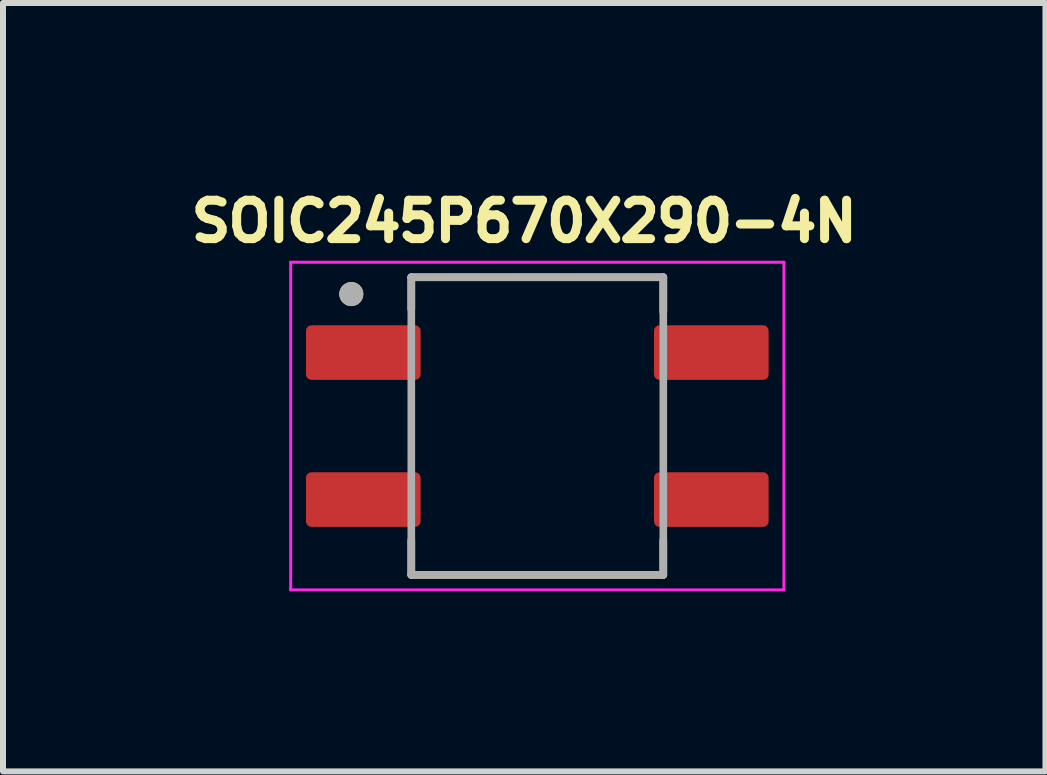
<source format=kicad_pcb>
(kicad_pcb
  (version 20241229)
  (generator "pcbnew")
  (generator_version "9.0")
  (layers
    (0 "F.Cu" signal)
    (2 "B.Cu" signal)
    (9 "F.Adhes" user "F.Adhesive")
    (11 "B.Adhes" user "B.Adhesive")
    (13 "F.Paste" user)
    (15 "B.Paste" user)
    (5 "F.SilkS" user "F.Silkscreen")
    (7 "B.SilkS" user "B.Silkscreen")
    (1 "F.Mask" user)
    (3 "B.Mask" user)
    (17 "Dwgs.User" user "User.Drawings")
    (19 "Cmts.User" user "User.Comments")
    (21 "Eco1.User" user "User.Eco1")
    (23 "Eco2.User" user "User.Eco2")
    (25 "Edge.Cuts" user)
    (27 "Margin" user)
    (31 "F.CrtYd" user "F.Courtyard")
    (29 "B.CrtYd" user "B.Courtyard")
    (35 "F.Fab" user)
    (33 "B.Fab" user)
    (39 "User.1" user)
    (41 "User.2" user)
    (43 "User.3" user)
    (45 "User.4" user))
  (footprint "SOIC245P670X290-4N"
    (layer "F.Cu")
    (at 5.905 4.051)
    (property "Reference" "SOIC245P670X290-4N" (at -0.218 -3.412 0) (layer "F.SilkS") (effects (font (size 0.641 0.641) (thickness 0.15))))
    (attr smd)
    (fp_line (start -2.1 -2.48) (end 2.1 -2.48) (stroke (width 0.127) (type solid)) (layer "F.SilkS"))
    (fp_line (start -2.1 -1.95) (end -2.1 -2.48) (stroke (width 0.127) (type solid)) (layer "F.SilkS"))
    (fp_line (start -2.1 1.9) (end -2.1 2.48) (stroke (width 0.127) (type solid)) (layer "F.SilkS"))
    (fp_line (start -2.1 2.48) (end 2.1 2.48) (stroke (width 0.127) (type solid)) (layer "F.SilkS"))
    (fp_line (start 2.1 -2.48) (end 2.1 -1.9) (stroke (width 0.127) (type solid)) (layer "F.SilkS"))
    (fp_line (start 2.1 2.48) (end 2.1 1.9) (stroke (width 0.127) (type solid)) (layer "F.SilkS"))
    (fp_circle (center -3.1 -2.2) (end -3 -2.2) (stroke (width 0.2) (type solid)) (fill no) (layer "F.SilkS"))
    (fp_line (start -4.11 -2.73) (end -4.11 2.73) (stroke (width 0.05) (type solid)) (layer "F.CrtYd"))
    (fp_line (start -4.11 2.73) (end 4.11 2.73) (stroke (width 0.05) (type solid)) (layer "F.CrtYd"))
    (fp_line (start 4.11 -2.73) (end -4.11 -2.73) (stroke (width 0.05) (type solid)) (layer "F.CrtYd"))
    (fp_line (start 4.11 2.73) (end 4.11 -2.73) (stroke (width 0.05) (type solid)) (layer "F.CrtYd"))
    (fp_line (start -2.1 -2.48) (end 2.1 -2.48) (stroke (width 0.127) (type solid)) (layer "F.Fab"))
    (fp_line (start -2.1 2.48) (end -2.1 -2.48) (stroke (width 0.127) (type solid)) (layer "F.Fab"))
    (fp_line (start 2.1 -2.48) (end 2.1 2.48) (stroke (width 0.127) (type solid)) (layer "F.Fab"))
    (fp_line (start 2.1 2.48) (end -2.1 2.48) (stroke (width 0.127) (type solid)) (layer "F.Fab"))
    (fp_circle (center -3.1 -2.2) (end -3 -2.2) (stroke (width 0.2) (type solid)) (fill no) (layer "F.Fab"))
    (pad "1" smd roundrect (at -2.9 -1.225) (size 1.91 0.91) (layers "F.Cu" "F.Mask" "F.Paste") (roundrect_rratio 0.1))
    (pad "2" smd roundrect (at -2.9 1.225) (size 1.91 0.91) (layers "F.Cu" "F.Mask" "F.Paste") (roundrect_rratio 0.1))
    (pad "3" smd roundrect (at 2.9 1.225) (size 1.91 0.91) (layers "F.Cu" "F.Mask" "F.Paste") (roundrect_rratio 0.1))
    (pad "4" smd roundrect (at 2.9 -1.225) (size 1.91 0.91) (layers "F.Cu" "F.Mask" "F.Paste") (roundrect_rratio 0.1)))
  (gr_rect
    (start -3 -3)
    (end 14.374 9.806)
    (stroke (width 0.1) (type default))
    (fill no)
    (layer "Edge.Cuts")))
</source>
